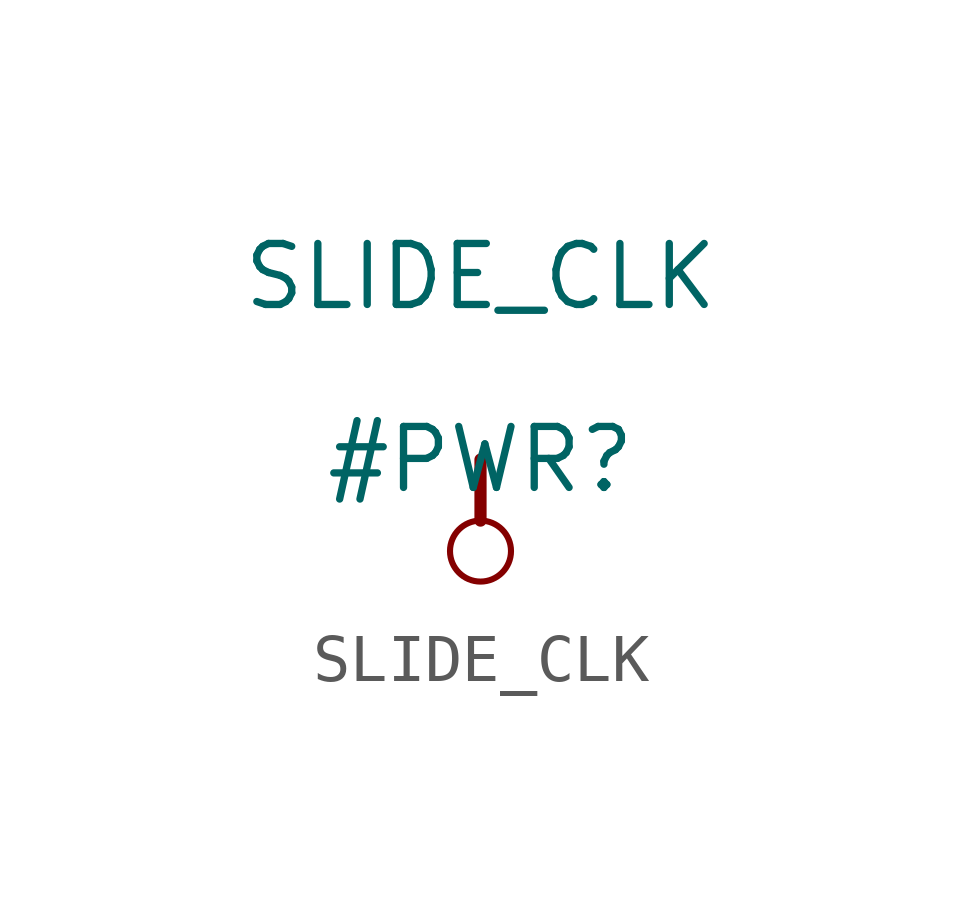
<source format=kicad_sym>
(kicad_symbol_lib
  (version 20211014)
  (generator kicad_symbol_editor)
  (symbol "SLIDE_CLK"
    (power)
    (property "Reference" "#PWR"
      (at 0 0 0)
      (effects (font (size 1.27 1.27))))
    (property "Value" "SLIDE_CLK"
      (at 0 3.81 0)
      (effects (font (size 1.27 1.27))))
    (symbol "SLIDE_CLK_0_0"
      (circle (center 0 -1.905) (radius 0.635) (stroke (width 0.127) (type default) (color 0 0 0 0)) (fill (type none)))
      (polyline (pts (xy 0 0) (xy 0 -1.27)) (stroke (width 0.254) (type default) (color 0 0 0 0)) (fill (type none)))
      (pin power_in line (at 0 0 0) (length 0) hide (name "SLIDE_CLK" (effects (font (size 1.27 1.27)))) (number "" (effects (font (size 1.27 1.27))))))))
</source>
